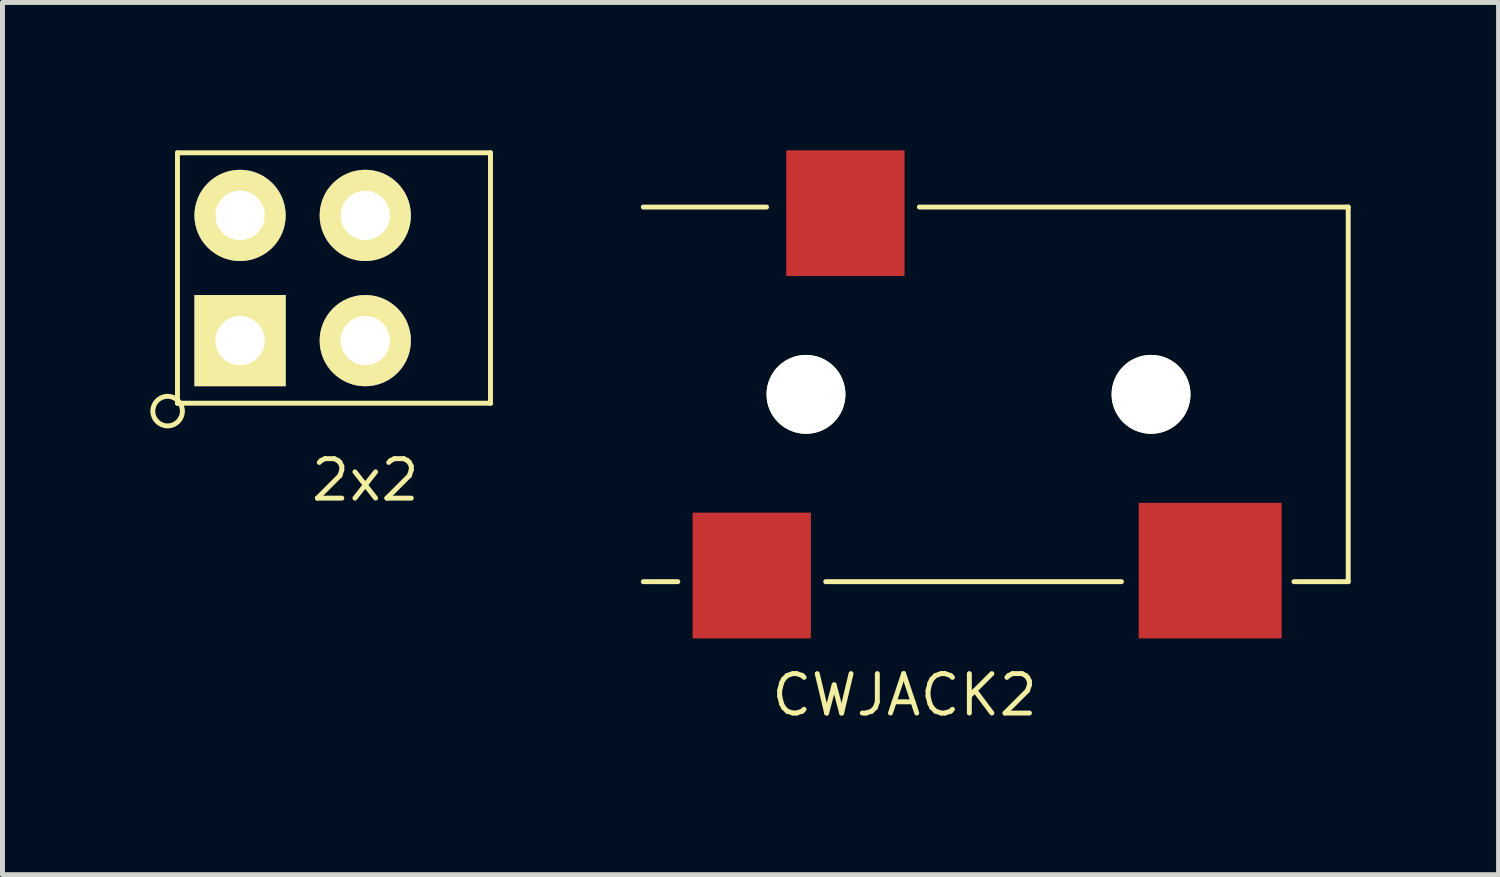
<source format=kicad_pcb>
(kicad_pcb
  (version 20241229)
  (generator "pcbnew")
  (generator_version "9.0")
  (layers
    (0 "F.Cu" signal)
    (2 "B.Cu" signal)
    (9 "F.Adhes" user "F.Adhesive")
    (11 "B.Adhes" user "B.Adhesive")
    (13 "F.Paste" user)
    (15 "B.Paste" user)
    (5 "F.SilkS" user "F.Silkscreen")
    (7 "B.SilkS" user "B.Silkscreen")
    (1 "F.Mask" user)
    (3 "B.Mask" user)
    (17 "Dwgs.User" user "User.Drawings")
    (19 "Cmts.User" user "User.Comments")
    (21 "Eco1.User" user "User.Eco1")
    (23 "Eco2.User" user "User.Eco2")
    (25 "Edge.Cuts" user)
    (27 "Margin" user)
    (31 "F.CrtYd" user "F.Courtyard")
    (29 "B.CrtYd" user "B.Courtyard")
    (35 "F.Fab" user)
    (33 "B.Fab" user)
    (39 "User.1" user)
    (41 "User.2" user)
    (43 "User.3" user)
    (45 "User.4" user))
  (footprint "CWJACK2"
    (layer "F.Cu")
    (at 13.3 4.95)
    (property "Reference" "CWJACK2" (at 2 6.1 0) (layer "F.SilkS") (effects (font (size 0.8 0.8) (thickness 0.1))))
    (attr through_hole)
    (fp_line (start -2.6 3.8) (end -3.3 3.8) (stroke (width 0.1) (type solid)) (layer "F.SilkS"))
    (fp_line (start -0.8 -3.8) (end -3.3 -3.8) (stroke (width 0.1) (type solid)) (layer "F.SilkS"))
    (fp_line (start 2.3 -3.8) (end 11 -3.8) (stroke (width 0.1) (type solid)) (layer "F.SilkS"))
    (fp_line (start 6.4 3.8) (end 0.4 3.8) (stroke (width 0.1) (type solid)) (layer "F.SilkS"))
    (fp_line (start 11 -3.8) (end 11 3.8) (stroke (width 0.1) (type solid)) (layer "F.SilkS"))
    (fp_line (start 11 3.8) (end 9.9 3.8) (stroke (width 0.1) (type solid)) (layer "F.SilkS"))
    (pad "" np_thru_hole circle (at 0 0) (size 1.6 1.6) (drill 1.6) (layers "*.Cu" "*.Mask" "F.SilkS"))
    (pad "" np_thru_hole circle (at 7 0) (size 1.6 1.6) (drill 1.6) (layers "*.Cu" "*.Mask" "F.SilkS"))
    (pad "1" smd rect (at -1.1 3.675) (size 2.4 2.55) (layers "F.Cu" "F.Mask" "F.Paste"))
    (pad "2" smd rect (at 8.2 3.575) (size 2.9 2.75) (layers "F.Cu" "F.Mask" "F.Paste"))
    (pad "3" smd rect (at 0.8 -3.675) (size 2.4 2.55) (layers "F.Cu" "F.Mask" "F.Paste")))
  (footprint "2x2"
    (layer "F.Cu")
    (at 4.36 2.59)
    (property "Reference" "2x2" (at 0 4.1 0) (layer "F.SilkS") (effects (font (size 0.8 0.8) (thickness 0.1))))
    (attr through_hole)
    (fp_line (start -3.81 -2.54) (end -3.81 2.54) (stroke (width 0.1) (type solid)) (layer "F.SilkS"))
    (fp_line (start -3.81 -2.54) (end 2.54 -2.54) (stroke (width 0.1) (type solid)) (layer "F.SilkS"))
    (fp_line (start -3.81 2.54) (end 2.54 2.54) (stroke (width 0.1) (type solid)) (layer "F.SilkS"))
    (fp_line (start 2.54 -2.54) (end 2.54 2.54) (stroke (width 0.1) (type default)) (layer "F.SilkS"))
    (fp_circle (center -4.01 2.7) (end -4.01 2.4) (stroke (width 0.1) (type solid)) (fill no) (layer "F.SilkS"))
    (pad "1" thru_hole rect (at -2.54 1.27) (size 1.85 1.85) (drill 1) (layers "*.Cu" "*.Mask" "F.SilkS"))
    (pad "2" thru_hole circle (at -2.54 -1.27) (size 1.85 1.85) (drill 1) (layers "*.Cu" "*.Mask" "F.SilkS"))
    (pad "3" thru_hole circle (at 0 1.27) (size 1.85 1.85) (drill 1) (layers "*.Cu" "*.Mask" "F.SilkS"))
    (pad "4" thru_hole circle (at 0 -1.27) (size 1.85 1.85) (drill 1) (layers "*.Cu" "*.Mask" "F.SilkS")))
  (gr_rect
    (start -3 -3)
    (end 27.35 14.694)
    (stroke (width 0.1) (type default))
    (fill no)
    (layer "Edge.Cuts")))
</source>
